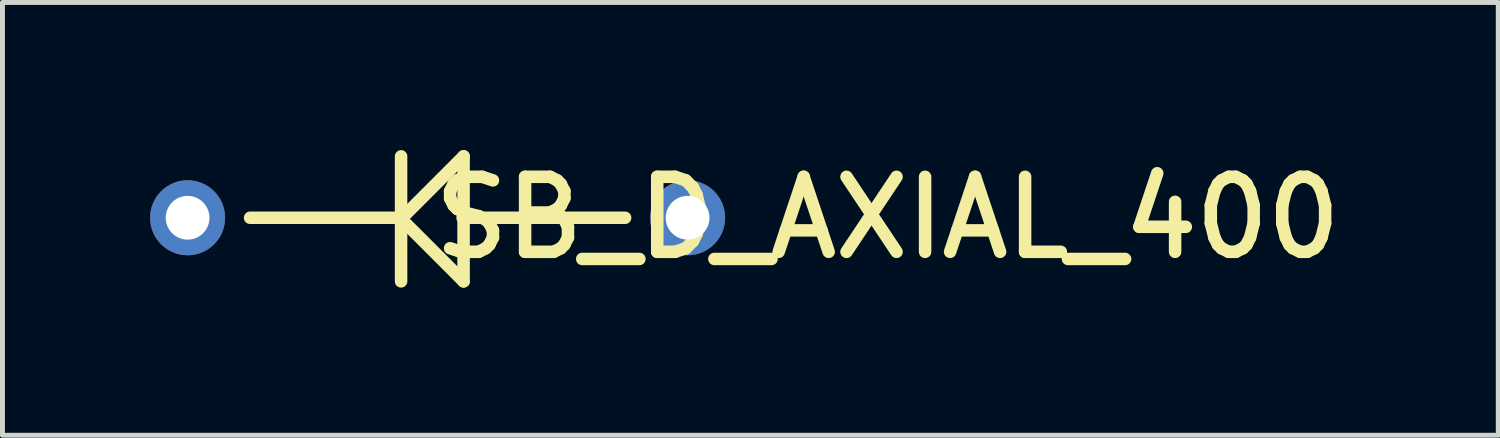
<source format=kicad_pcb>
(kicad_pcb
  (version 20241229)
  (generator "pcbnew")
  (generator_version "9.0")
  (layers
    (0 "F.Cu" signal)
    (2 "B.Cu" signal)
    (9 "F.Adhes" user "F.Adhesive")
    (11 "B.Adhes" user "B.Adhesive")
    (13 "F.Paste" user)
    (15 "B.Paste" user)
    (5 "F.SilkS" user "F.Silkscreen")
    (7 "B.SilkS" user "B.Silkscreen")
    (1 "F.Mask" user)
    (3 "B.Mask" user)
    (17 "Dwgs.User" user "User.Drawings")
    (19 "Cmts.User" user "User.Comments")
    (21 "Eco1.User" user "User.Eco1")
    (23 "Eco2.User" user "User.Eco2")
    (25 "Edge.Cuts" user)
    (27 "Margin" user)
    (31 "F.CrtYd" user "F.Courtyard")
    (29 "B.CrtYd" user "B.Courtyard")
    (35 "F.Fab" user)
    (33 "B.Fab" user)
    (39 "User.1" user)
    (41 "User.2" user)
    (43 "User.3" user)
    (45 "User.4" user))
  (footprint "SB_D_AXIAL_400"
    (layer "F.Cu")
    (at 0.762 1.375)
    (property "Reference" "SB_D_AXIAL_400" (at 14.224 0 0) (layer "F.SilkS") (effects (font (size 1.524 1.524) (thickness 0.254))))
    (attr through_hole)
    (fp_line (start 4.318 0) (end 1.27 0) (stroke (width 0.254) (type solid)) (layer "F.SilkS"))
    (fp_line (start 4.338 0.022) (end 5.608 -1.248) (stroke (width 0.254) (type solid)) (layer "F.SilkS"))
    (fp_line (start 4.338 1.292) (end 4.338 -1.248) (stroke (width 0.254) (type solid)) (layer "F.SilkS"))
    (fp_line (start 5.588 0) (end 8.89 0) (stroke (width 0.254) (type solid)) (layer "F.SilkS"))
    (fp_line (start 5.608 1.292) (end 4.338 0.022) (stroke (width 0.254) (type solid)) (layer "F.SilkS"))
    (fp_line (start 5.608 1.292) (end 5.608 -1.248) (stroke (width 0.254) (type solid)) (layer "F.SilkS"))
    (pad "1" thru_hole circle (at 0 0 270) (size 1.524 1.524) (drill 0.889) (layers "*.Cu" "*.Mask"))
    (pad "2" thru_hole circle (at 10.16 0 270) (size 1.524 1.524) (drill 0.889) (layers "*.Cu" "*.Mask")))
  (gr_rect
    (start -3 -3)
    (end 27.395 5.794)
    (stroke (width 0.1) (type default))
    (fill no)
    (layer "Edge.Cuts")))
</source>
